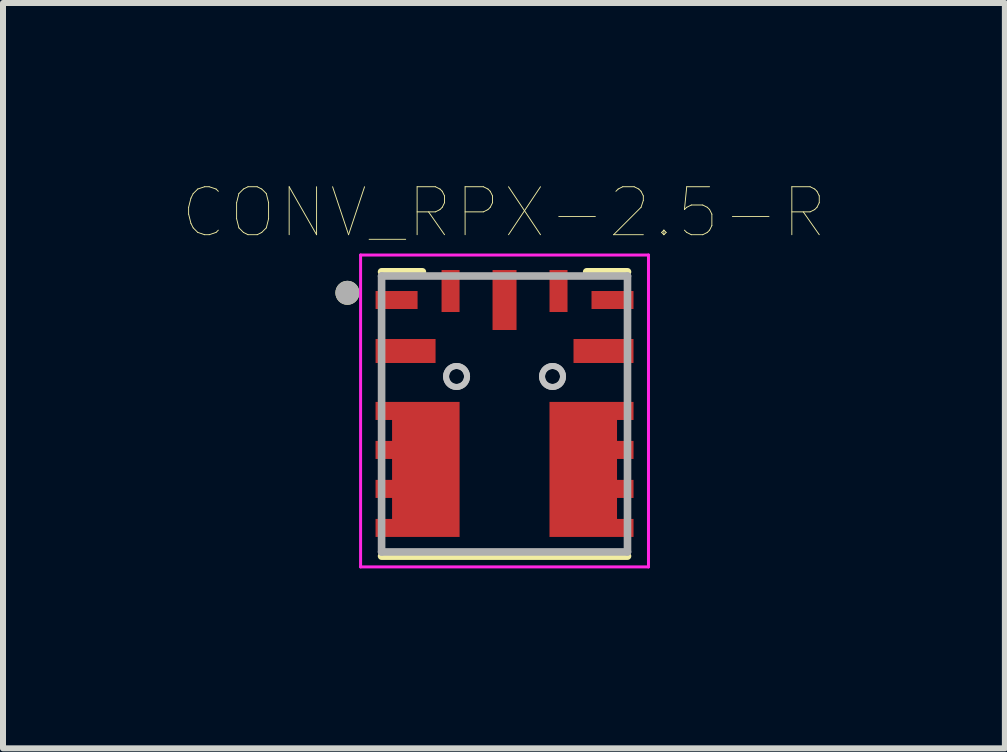
<source format=kicad_pcb>
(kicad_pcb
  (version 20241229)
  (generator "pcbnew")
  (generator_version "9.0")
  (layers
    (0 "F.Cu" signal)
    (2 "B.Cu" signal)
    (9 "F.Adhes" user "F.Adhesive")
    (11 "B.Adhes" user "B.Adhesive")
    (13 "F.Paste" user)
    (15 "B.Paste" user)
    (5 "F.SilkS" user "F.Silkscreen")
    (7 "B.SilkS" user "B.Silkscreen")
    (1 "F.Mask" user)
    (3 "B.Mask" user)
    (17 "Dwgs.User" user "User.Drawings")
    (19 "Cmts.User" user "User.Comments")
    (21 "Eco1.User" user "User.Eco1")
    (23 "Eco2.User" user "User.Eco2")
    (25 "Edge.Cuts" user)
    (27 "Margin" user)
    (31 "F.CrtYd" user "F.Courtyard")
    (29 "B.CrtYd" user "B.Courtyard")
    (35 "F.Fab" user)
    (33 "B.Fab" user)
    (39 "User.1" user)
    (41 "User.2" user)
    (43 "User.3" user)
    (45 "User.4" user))
  (footprint "CONV_RPX-2.5-R"
    (layer "F.Cu")
    (at 5.362 3.852)
    (property "Reference" "CONV_RPX-2.5-R" (at -0.01 -3.358 0) (layer "F.SilkS") (effects (font (size 0.8 0.8) (thickness 0.015))))
    (attr through_hole)
    (fp_poly (pts (xy -2.15 0.45) (xy -2.15 0.75) (xy -1.875 0.75) (xy -1.875 1.1) (xy -2.15 1.1) (xy -2.15 1.4) (xy -1.875 1.4) (xy -1.875 1.75) (xy -2.15 1.75) (xy -2.15 2.05) (xy -0.75 2.05) (xy -0.75 -0.2) (xy -2.15 -0.2) (xy -2.15 0.1) (xy -1.875 0.1) (xy -1.875 0.45)) (stroke (width 0.001) (type solid)) (fill yes) (layer "F.Cu"))
    (fp_poly (pts (xy 2.15 0.45) (xy 2.15 0.75) (xy 1.875 0.75) (xy 1.875 1.1) (xy 2.15 1.1) (xy 2.15 1.4) (xy 1.875 1.4) (xy 1.875 1.75) (xy 2.15 1.75) (xy 2.15 2.05) (xy 0.75 2.05) (xy 0.75 -0.2) (xy 2.15 -0.2) (xy 2.15 0.1) (xy 1.875 0.1) (xy 1.875 0.45)) (stroke (width 0.001) (type solid)) (fill yes) (layer "F.Cu"))
    (fp_poly (pts (xy -2.25 0.35) (xy -2.25 0.85) (xy -1.975 0.85) (xy -1.975 1) (xy -2.25 1) (xy -2.25 1.5) (xy -1.975 1.5) (xy -1.975 1.65) (xy -2.25 1.65) (xy -2.25 2.15) (xy -0.65 2.15) (xy -0.65 -0.3) (xy -2.25 -0.3) (xy -2.25 0.2) (xy -1.975 0.2) (xy -1.975 0.35)) (stroke (width 0.001) (type solid)) (fill yes) (layer "F.Mask"))
    (fp_poly (pts (xy 2.25 0.35) (xy 2.25 0.85) (xy 1.975 0.85) (xy 1.975 1) (xy 2.25 1) (xy 2.25 1.5) (xy 1.975 1.5) (xy 1.975 1.65) (xy 2.25 1.65) (xy 2.25 2.15) (xy 0.65 2.15) (xy 0.65 -0.3) (xy 2.25 -0.3) (xy 2.25 0.2) (xy 1.975 0.2) (xy 1.975 0.35)) (stroke (width 0.001) (type solid)) (fill yes) (layer "F.Mask"))
    (fp_line (start -2.05 -2.37) (end -1.37 -2.37) (stroke (width 0.127) (type solid)) (layer "F.SilkS"))
    (fp_line (start -2.05 2.37) (end 2.05 2.37) (stroke (width 0.127) (type solid)) (layer "F.SilkS"))
    (fp_line (start 1.37 -2.37) (end 2.05 -2.37) (stroke (width 0.127) (type solid)) (layer "F.SilkS"))
    (fp_circle (center -2.62 -2.02) (end -2.52 -2.02) (stroke (width 0.2) (type solid)) (fill no) (layer "F.SilkS"))
    (fp_poly (pts (xy -1.645 -0.025) (xy -1.055 -0.025) (xy -1.055 0.835) (xy -1.645 0.835)) (stroke (width 0.01) (type solid)) (fill yes) (layer "F.Paste"))
    (fp_poly (pts (xy -1.645 1.015) (xy -1.055 1.015) (xy -1.055 1.875) (xy -1.645 1.875)) (stroke (width 0.01) (type solid)) (fill yes) (layer "F.Paste"))
    (fp_poly (pts (xy 1.055 -0.025) (xy 1.645 -0.025) (xy 1.645 0.835) (xy 1.055 0.835)) (stroke (width 0.01) (type solid)) (fill yes) (layer "F.Paste"))
    (fp_poly (pts (xy 1.055 1.015) (xy 1.645 1.015) (xy 1.645 1.875) (xy 1.055 1.875)) (stroke (width 0.01) (type solid)) (fill yes) (layer "F.Paste"))
    (fp_circle (center -0.8 -0.625) (end -0.625 -0.625) (stroke (width 0.1) (type solid)) (fill no) (layer "Dwgs.User"))
    (fp_circle (center -0.8 -0.625) (end -0.625 -0.625) (stroke (width 0.1) (type solid)) (fill no) (layer "Dwgs.User"))
    (fp_circle (center 0.8 -0.625) (end 0.975 -0.625) (stroke (width 0.1) (type solid)) (fill no) (layer "Dwgs.User"))
    (fp_circle (center 0.8 -0.625) (end 0.975 -0.625) (stroke (width 0.1) (type solid)) (fill no) (layer "Dwgs.User"))
    (fp_line (start -2.4 -2.65) (end 2.4 -2.65) (stroke (width 0.05) (type solid)) (layer "F.CrtYd"))
    (fp_line (start -2.4 2.55) (end -2.4 -2.65) (stroke (width 0.05) (type solid)) (layer "F.CrtYd"))
    (fp_line (start 2.4 -2.65) (end 2.4 2.55) (stroke (width 0.05) (type solid)) (layer "F.CrtYd"))
    (fp_line (start 2.4 2.55) (end -2.4 2.55) (stroke (width 0.05) (type solid)) (layer "F.CrtYd"))
    (fp_line (start -2.05 -2.3) (end 2.05 -2.3) (stroke (width 0.127) (type solid)) (layer "F.Fab"))
    (fp_line (start -2.05 2.3) (end -2.05 -2.3) (stroke (width 0.127) (type solid)) (layer "F.Fab"))
    (fp_line (start 2.05 -2.3) (end 2.05 2.3) (stroke (width 0.127) (type solid)) (layer "F.Fab"))
    (fp_line (start 2.05 2.3) (end -2.05 2.3) (stroke (width 0.127) (type solid)) (layer "F.Fab"))
    (fp_circle (center -2.62 -2.02) (end -2.52 -2.02) (stroke (width 0.2) (type solid)) (fill no) (layer "F.Fab"))
    (pad "1" smd rect (at -1.8 -1.9) (size 0.7 0.3) (layers "F.Cu" "F.Mask" "F.Paste"))
    (pad "2" smd rect (at -1.65 -1.05) (size 1 0.4) (layers "F.Cu" "F.Mask" "F.Paste"))
    (pad "3" smd rect (at -1.35 0.925) (size 0.7 2) (layers "F.Cu"))
    (pad "4" smd rect (at 1.35 0.925) (size 0.7 2) (layers "F.Cu"))
    (pad "5" smd rect (at 1.65 -1.05) (size 1 0.4) (layers "F.Cu" "F.Mask" "F.Paste"))
    (pad "6" smd rect (at 1.8 -1.9) (size 0.7 0.3) (layers "F.Cu" "F.Mask" "F.Paste"))
    (pad "7" smd rect (at 0.9 -2.05) (size 0.3 0.7) (layers "F.Cu" "F.Mask" "F.Paste"))
    (pad "8" smd rect (at 0 -1.9) (size 0.4 1) (layers "F.Cu" "F.Mask" "F.Paste"))
    (pad "9" smd rect (at -0.9 -2.05) (size 0.3 0.7) (layers "F.Cu" "F.Mask" "F.Paste")))
  (gr_rect
    (start -3 -3)
    (end 13.704 9.427)
    (stroke (width 0.1) (type default))
    (fill no)
    (layer "Edge.Cuts")))
</source>
